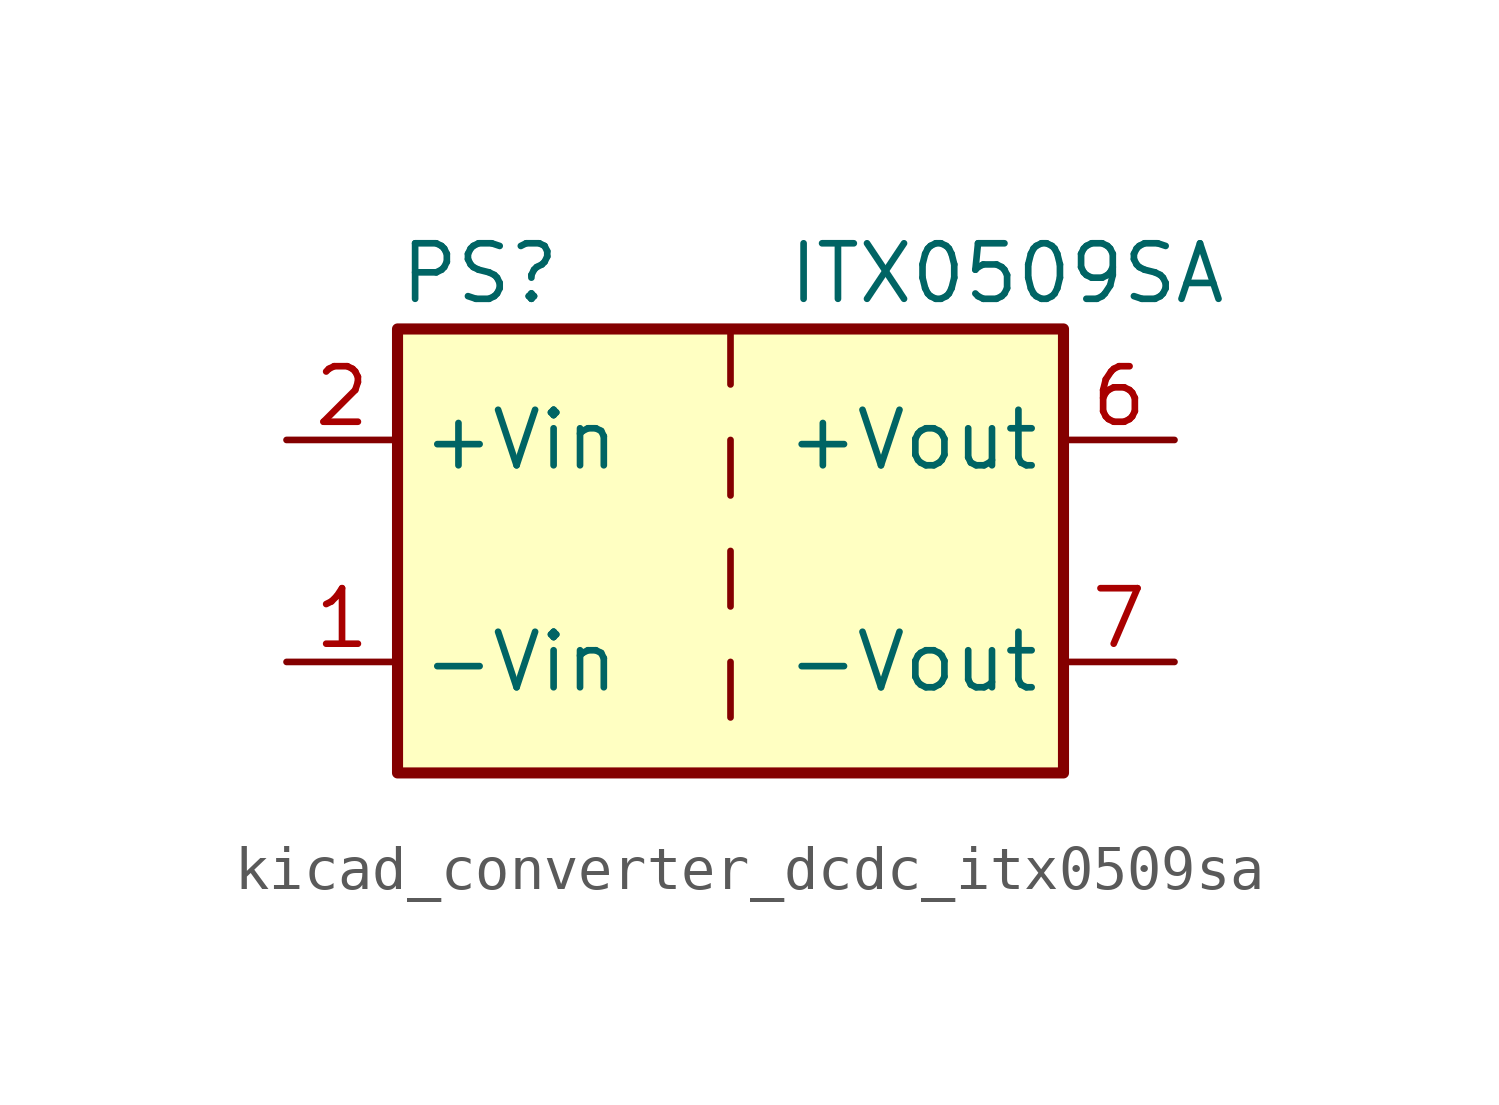
<source format=kicad_sym>
(kicad_symbol_lib
  (version 20220914)
  (generator kicad_symbol_editor)
  (symbol "kicad_converter_dcdc_itx0509sa"
    (property "Reference" "PS"
      (at -7.62 6.35 0)
      (effects (font (size 1.27 1.27)) (justify left)))
    (property "Value" "ITX0509SA"
      (at 1.27 6.35 0)
      (effects (font (size 1.27 1.27)) (justify left)))
    (symbol "kicad_converter_dcdc_itx0509sa_0_0"
      (pin power_in line (at -10.16 -2.54 0) (length 2.54) (name "-Vin" (effects (font (size 1.27 1.27)))) (number "1" (effects (font (size 1.27 1.27)))))
      (pin power_in line (at -10.16 2.54 0) (length 2.54) (name "+Vin" (effects (font (size 1.27 1.27)))) (number "2" (effects (font (size 1.27 1.27)))))
      (pin power_out line (at 10.16 2.54 180) (length 2.54) (name "+Vout" (effects (font (size 1.27 1.27)))) (number "6" (effects (font (size 1.27 1.27)))))
      (pin power_out line (at 10.16 -2.54 180) (length 2.54) (name "-Vout" (effects (font (size 1.27 1.27)))) (number "7" (effects (font (size 1.27 1.27)))))
      (pin no_connect line (at 7.62 0 180) (length 2.54) hide (name "NC" (effects (font (size 1.27 1.27)))) (number "8" (effects (font (size 1.27 1.27))))))
    (symbol "kicad_converter_dcdc_itx0509sa_0_1"
      (rectangle (start -7.62 5.08) (end 7.62 -5.08) (stroke (width 0.254) (type default)) (fill (type background)))
      (polyline (pts (xy 0 -2.54) (xy 0 -3.81)) (stroke (width 0) (type default)) (fill (type none)))
      (polyline (pts (xy 0 0) (xy 0 -1.27)) (stroke (width 0) (type default)) (fill (type none)))
      (polyline (pts (xy 0 2.54) (xy 0 1.27)) (stroke (width 0) (type default)) (fill (type none)))
      (polyline (pts (xy 0 5.08) (xy 0 3.81)) (stroke (width 0) (type default)) (fill (type none))))))
</source>
